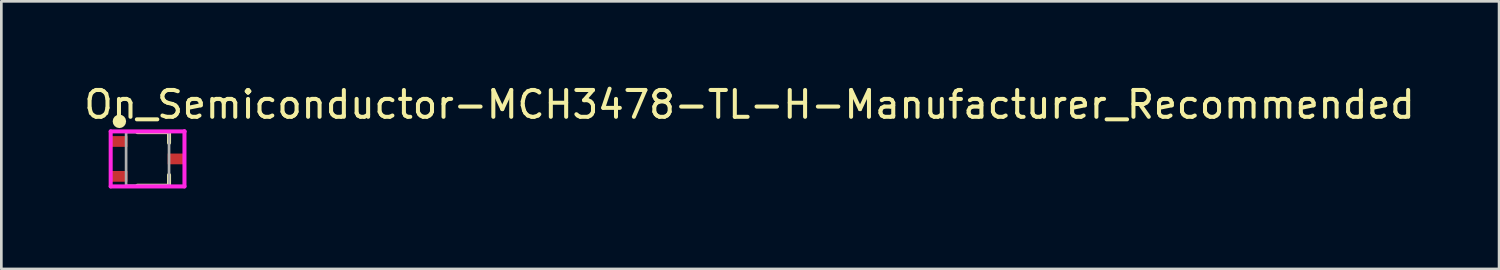
<source format=kicad_pcb>
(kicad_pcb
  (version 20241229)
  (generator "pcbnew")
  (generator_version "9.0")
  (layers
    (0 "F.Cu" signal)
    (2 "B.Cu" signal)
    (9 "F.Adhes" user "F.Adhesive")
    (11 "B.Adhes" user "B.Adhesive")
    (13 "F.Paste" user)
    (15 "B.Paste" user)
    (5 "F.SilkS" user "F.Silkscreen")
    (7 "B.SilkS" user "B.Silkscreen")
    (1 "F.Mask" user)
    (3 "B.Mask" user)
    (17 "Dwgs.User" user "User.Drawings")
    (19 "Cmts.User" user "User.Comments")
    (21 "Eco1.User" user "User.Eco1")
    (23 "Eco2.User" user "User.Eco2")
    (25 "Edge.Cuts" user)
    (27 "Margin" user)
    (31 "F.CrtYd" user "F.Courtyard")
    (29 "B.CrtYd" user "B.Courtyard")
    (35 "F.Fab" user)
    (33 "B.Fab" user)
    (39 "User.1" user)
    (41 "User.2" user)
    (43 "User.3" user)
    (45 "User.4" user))
  (footprint "On_Semiconductor-MCH3478-TL-H-Manufacturer_Recommended"
    (layer "F.Cu")
    (at 2.45 2.873)
    (property "Reference" "On_Semiconductor-MCH3478-TL-H-Manufacturer_Recommended" (at -2.45 -2.025 0) (layer "F.SilkS") (effects (font (size 1 1) (thickness 0.15)) (justify left)))
    (attr through_hole)
    (fp_line (start -0.379 -1) (end 0.8 -1) (stroke (width 0.15) (type solid)) (layer "F.SilkS"))
    (fp_line (start -0.379 1) (end 0.8 1) (stroke (width 0.15) (type solid)) (layer "F.SilkS"))
    (fp_line (start 0.8 -0.6) (end 0.8 -1) (stroke (width 0.15) (type solid)) (layer "F.SilkS"))
    (fp_line (start 0.8 1) (end 0.8 0.6) (stroke (width 0.15) (type solid)) (layer "F.SilkS"))
    (fp_circle (center -1.05 -1.4) (end -0.925 -1.4) (stroke (width 0.25) (type solid)) (fill no) (layer "F.SilkS"))
    (fp_line (start -1.375 -1.025) (end -1.375 1.025) (stroke (width 0.15) (type solid)) (layer "F.CrtYd"))
    (fp_line (start -1.375 1.025) (end 1.375 1.025) (stroke (width 0.15) (type solid)) (layer "F.CrtYd"))
    (fp_line (start 1.375 -1.025) (end -1.375 -1.025) (stroke (width 0.15) (type solid)) (layer "F.CrtYd"))
    (fp_line (start 1.375 -1.025) (end 1.375 -1.025) (stroke (width 0.15) (type solid)) (layer "F.CrtYd"))
    (fp_line (start 1.375 1.025) (end 1.375 -1.025) (stroke (width 0.15) (type solid)) (layer "F.CrtYd"))
    (fp_line (start -0.8 -1) (end 0.8 -1) (stroke (width 0.1) (type solid)) (layer "F.Fab"))
    (fp_line (start -0.8 1) (end -0.8 -1) (stroke (width 0.1) (type solid)) (layer "F.Fab"))
    (fp_line (start -0.8 1) (end 0.8 1) (stroke (width 0.1) (type solid)) (layer "F.Fab"))
    (fp_line (start 0.8 1) (end 0.8 -1) (stroke (width 0.1) (type solid)) (layer "F.Fab"))
    (pad "1" smd rect (at -1.05 -0.65 90) (size 0.4 0.6) (layers "F.Cu" "F.Mask" "F.Paste"))
    (pad "2" smd rect (at -1.05 0.65 90) (size 0.4 0.6) (layers "F.Cu" "F.Mask" "F.Paste"))
    (pad "3" smd rect (at 1.05 -0.000001 90) (size 0.4 0.6) (layers "F.Cu" "F.Mask" "F.Paste")))
  (gr_rect
    (start -3 -3)
    (end 52.821 6.973)
    (stroke (width 0.1) (type default))
    (fill no)
    (layer "Edge.Cuts")))
</source>
